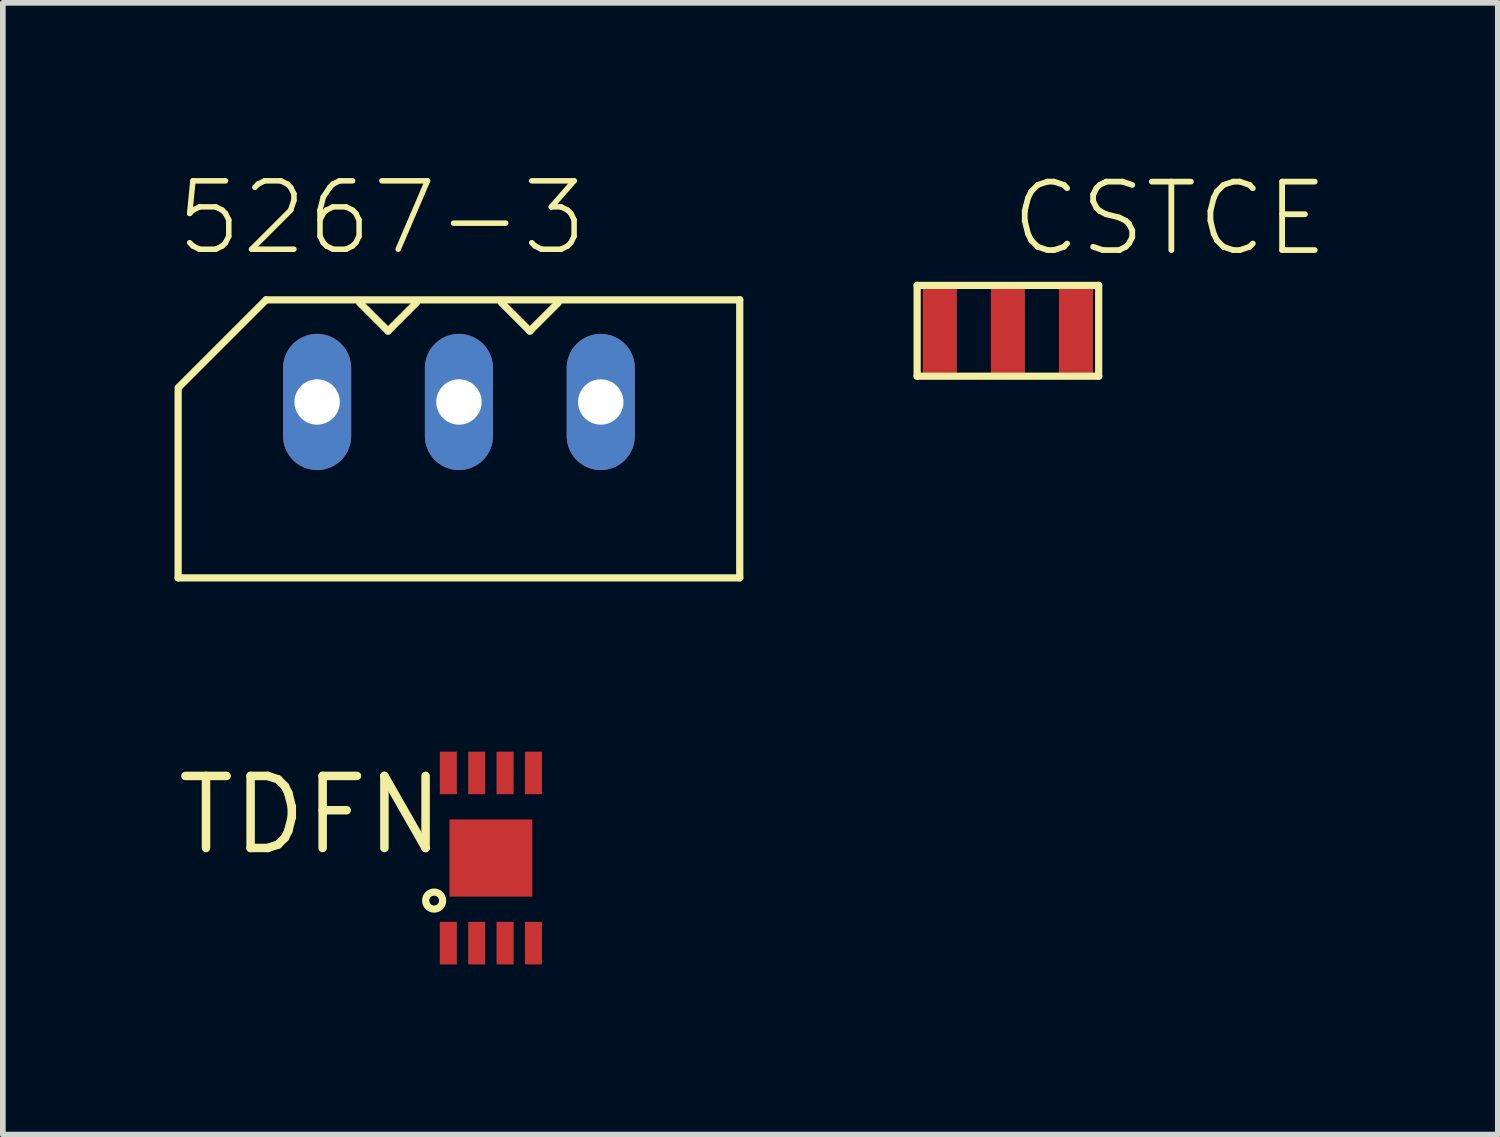
<source format=kicad_pcb>
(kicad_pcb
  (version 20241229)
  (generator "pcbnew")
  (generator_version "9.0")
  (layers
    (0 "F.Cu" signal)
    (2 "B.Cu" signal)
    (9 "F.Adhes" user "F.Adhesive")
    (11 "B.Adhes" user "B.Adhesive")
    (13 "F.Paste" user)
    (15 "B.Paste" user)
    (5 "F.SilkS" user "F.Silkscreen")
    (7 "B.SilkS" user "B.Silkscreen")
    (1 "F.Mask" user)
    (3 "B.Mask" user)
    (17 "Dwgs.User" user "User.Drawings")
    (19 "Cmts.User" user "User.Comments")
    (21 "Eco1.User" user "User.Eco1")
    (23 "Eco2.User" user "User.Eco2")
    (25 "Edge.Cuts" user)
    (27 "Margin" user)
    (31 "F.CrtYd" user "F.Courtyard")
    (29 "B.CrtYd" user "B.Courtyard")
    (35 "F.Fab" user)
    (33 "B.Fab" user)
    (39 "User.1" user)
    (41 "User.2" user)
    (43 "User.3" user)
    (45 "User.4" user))
  (footprint "TDFN"
    (layer "F.Cu")
    (at 4.853 10.575)
    (property "Reference" "TDFN" (at 0 0 0) (layer "F.SilkS") (effects (font (size 1.27 1.27) (thickness 0.15)) (justify right top)))
    (attr through_hole)
    (fp_circle (center -0.25 2.25) (end -0.1 2.25) (stroke (width 0.127) (type solid)) (fill no) (layer "F.SilkS"))
    (pad "1" smd rect (at 0 3 90) (size 0.75 0.3) (layers "F.Cu" "F.Mask" "F.Paste"))
    (pad "2" smd rect (at 0.5 3 90) (size 0.75 0.3) (layers "F.Cu" "F.Mask" "F.Paste"))
    (pad "3" smd rect (at 1 3 90) (size 0.75 0.3) (layers "F.Cu" "F.Mask" "F.Paste"))
    (pad "4" smd rect (at 1.5 3 90) (size 0.75 0.3) (layers "F.Cu" "F.Mask" "F.Paste"))
    (pad "5" smd rect (at 1.5 0 90) (size 0.75 0.3) (layers "F.Cu" "F.Mask" "F.Paste"))
    (pad "6" smd rect (at 1 0 90) (size 0.75 0.3) (layers "F.Cu" "F.Mask" "F.Paste"))
    (pad "7" smd rect (at 0.5 0 90) (size 0.75 0.3) (layers "F.Cu" "F.Mask" "F.Paste"))
    (pad "8" smd rect (at 0 0 90) (size 0.75 0.3) (layers "F.Cu" "F.Mask" "F.Paste"))
    (pad "9" smd rect (at 0.75 1.5 90) (size 1.36 1.46) (layers "F.Cu" "F.Mask" "F.Paste")))
  (footprint "CSTCE"
    (layer "F.Cu")
    (at 14.717 2.781)
    (property "Reference" "CSTCE" (at 0 -1.27 0) (layer "F.SilkS") (effects (font (size 1.206 1.206) (thickness 0.102)) (justify left bottom)))
    (attr through_hole)
    (fp_line (start -1.6 -0.8) (end -1.6 0.8) (stroke (width 0.127) (type solid)) (layer "F.SilkS"))
    (fp_line (start -1.6 0.8) (end 1.6 0.8) (stroke (width 0.127) (type solid)) (layer "F.SilkS"))
    (fp_line (start 1.6 -0.8) (end -1.6 -0.8) (stroke (width 0.127) (type solid)) (layer "F.SilkS"))
    (fp_line (start 1.6 0.8) (end 1.6 -0.8) (stroke (width 0.127) (type solid)) (layer "F.SilkS"))
    (pad "1" smd rect (at -1.2 0 90) (size 1.6 0.6) (layers "F.Cu" "F.Mask" "F.Paste"))
    (pad "2" smd rect (at 0 0 90) (size 1.6 0.6) (layers "F.Cu" "F.Mask" "F.Paste"))
    (pad "3" smd rect (at 1.2 0 90) (size 1.6 0.6) (layers "F.Cu" "F.Mask" "F.Paste")))
  (footprint "5267-3"
    (layer "F.Cu")
    (at 2.54 4.036)
    (property "Reference" "5267-3" (at -2.54 -2.54 0) (layer "F.SilkS") (effects (font (size 1.206 1.206) (thickness 0.097)) (justify left bottom)))
    (attr through_hole)
    (fp_line (start -2.45 -0.25) (end -0.9 -1.8) (stroke (width 0.127) (type solid)) (layer "F.SilkS"))
    (fp_line (start -2.45 -0.2) (end -2.45 3.1) (stroke (width 0.127) (type solid)) (layer "F.SilkS"))
    (fp_line (start -2.45 3.1) (end 7.45 3.1) (stroke (width 0.127) (type solid)) (layer "F.SilkS"))
    (fp_line (start 0.75 -1.75) (end 1.25 -1.25) (stroke (width 0.127) (type solid)) (layer "F.SilkS"))
    (fp_line (start 1.25 -1.25) (end 1.75 -1.75) (stroke (width 0.127) (type solid)) (layer "F.SilkS"))
    (fp_line (start 3.25 -1.75) (end 3.75 -1.25) (stroke (width 0.127) (type solid)) (layer "F.SilkS"))
    (fp_line (start 3.75 -1.25) (end 4.25 -1.75) (stroke (width 0.127) (type solid)) (layer "F.SilkS"))
    (fp_line (start 7.45 -1.8) (end -0.9 -1.8) (stroke (width 0.127) (type solid)) (layer "F.SilkS"))
    (fp_line (start 7.45 3.1) (end 7.45 -1.8) (stroke (width 0.127) (type solid)) (layer "F.SilkS"))
    (pad "P$1" thru_hole oval (at 0 0 90) (size 2.4 1.2) (drill 0.8) (layers "*.Cu" "*.Mask"))
    (pad "P$2" thru_hole oval (at 2.5 0 90) (size 2.4 1.2) (drill 0.8) (layers "*.Cu" "*.Mask"))
    (pad "P$3" thru_hole oval (at 5 0 90) (size 2.4 1.2) (drill 0.8) (layers "*.Cu" "*.Mask")))
  (gr_rect
    (start -3 -3)
    (end 23.353 16.95)
    (stroke (width 0.1) (type default))
    (fill no)
    (layer "Edge.Cuts")))
</source>
